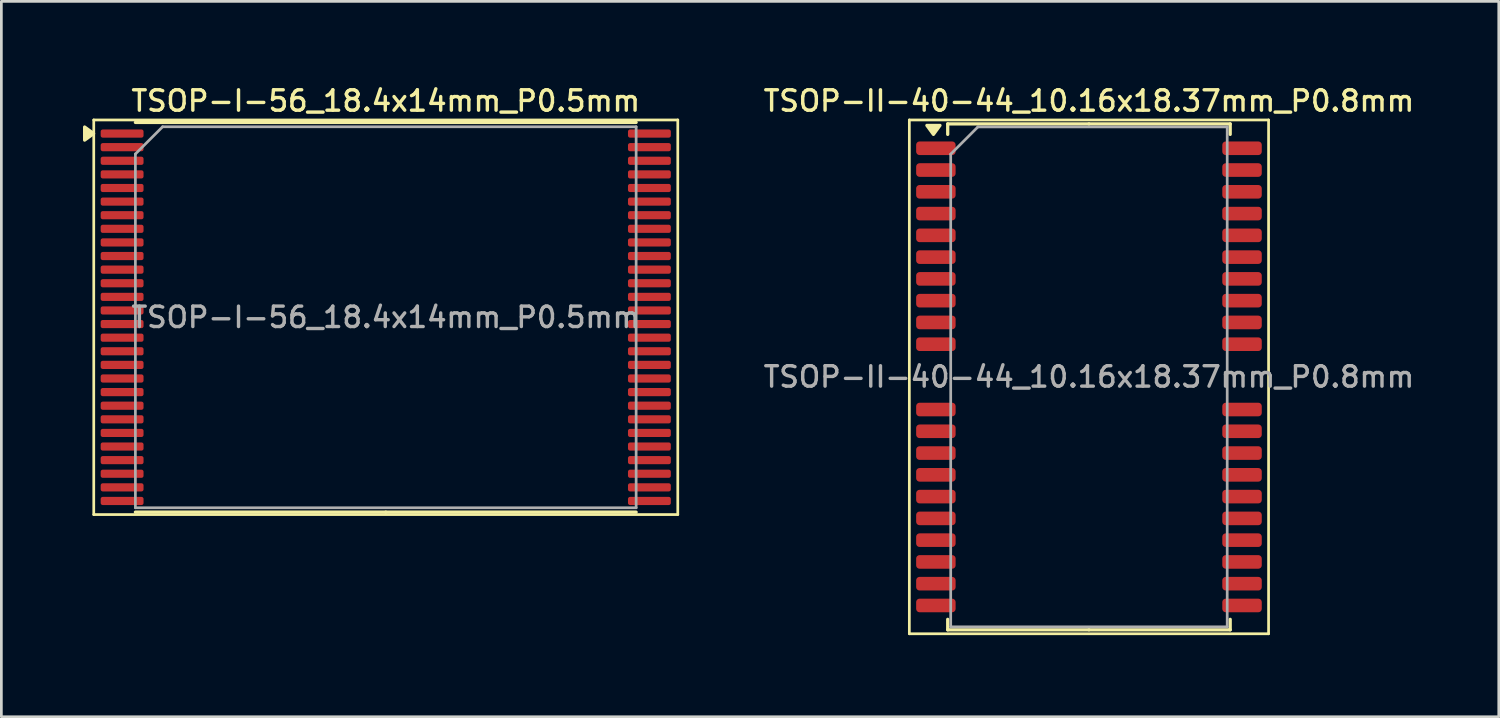
<source format=kicad_pcb>
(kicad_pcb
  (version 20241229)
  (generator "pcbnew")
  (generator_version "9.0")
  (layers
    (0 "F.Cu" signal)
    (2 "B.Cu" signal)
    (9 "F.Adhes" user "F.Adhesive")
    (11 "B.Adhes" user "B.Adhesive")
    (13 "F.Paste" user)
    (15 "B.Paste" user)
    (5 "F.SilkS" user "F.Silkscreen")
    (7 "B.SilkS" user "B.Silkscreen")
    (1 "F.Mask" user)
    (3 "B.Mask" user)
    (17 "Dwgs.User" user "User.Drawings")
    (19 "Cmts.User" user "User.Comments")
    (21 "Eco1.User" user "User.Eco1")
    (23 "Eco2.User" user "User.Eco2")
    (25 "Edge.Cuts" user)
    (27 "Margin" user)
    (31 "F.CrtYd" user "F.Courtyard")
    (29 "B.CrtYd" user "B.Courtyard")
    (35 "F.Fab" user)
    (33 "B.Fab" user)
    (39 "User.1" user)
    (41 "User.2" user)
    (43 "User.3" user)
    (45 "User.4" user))
  (footprint "TSOP-I-56_18.4x14mm_P0.5mm"
    (layer "F.Cu")
    (at 11.125 8.608)
    (property "Reference" "TSOP-I-56_18.4x14mm_P0.5mm" (at 0 -7.95 0) (layer "F.SilkS") (effects (font (size 0.75 0.75) (thickness 0.125))))
    (attr smd)
    (fp_line (start -10.73 -7.25) (end -10.73 7.25) (stroke (width 0.1) (type solid)) (layer "F.SilkS"))
    (fp_line (start -10.73 7.25) (end 10.73 7.25) (stroke (width 0.1) (type solid)) (layer "F.SilkS"))
    (fp_line (start 0 -7.16) (end -9.2 -7.16) (stroke (width 0.12) (type solid)) (layer "F.SilkS"))
    (fp_line (start 0 -7.16) (end 9.2 -7.16) (stroke (width 0.12) (type solid)) (layer "F.SilkS"))
    (fp_line (start 0 7.16) (end -9.2 7.16) (stroke (width 0.12) (type solid)) (layer "F.SilkS"))
    (fp_line (start 0 7.16) (end 9.2 7.16) (stroke (width 0.12) (type solid)) (layer "F.SilkS"))
    (fp_line (start 10.73 -7.25) (end -10.73 -7.25) (stroke (width 0.1) (type solid)) (layer "F.SilkS"))
    (fp_line (start 10.73 7.25) (end 10.73 -7.25) (stroke (width 0.1) (type solid)) (layer "F.SilkS"))
    (fp_poly (pts (xy -10.735 -6.75) (xy -11.065 -6.99) (xy -11.065 -6.51) (xy -10.735 -6.75)) (stroke (width 0.12) (type solid)) (fill yes) (layer "F.SilkS"))
    (fp_line (start -9.2 -6) (end -8.2 -7) (stroke (width 0.1) (type solid)) (layer "F.Fab"))
    (fp_line (start -9.2 7) (end -9.2 -6) (stroke (width 0.1) (type solid)) (layer "F.Fab"))
    (fp_line (start -8.2 -7) (end 9.2 -7) (stroke (width 0.1) (type solid)) (layer "F.Fab"))
    (fp_line (start 9.2 -7) (end 9.2 7) (stroke (width 0.1) (type solid)) (layer "F.Fab"))
    (fp_line (start 9.2 7) (end -9.2 7) (stroke (width 0.1) (type solid)) (layer "F.Fab"))
    (fp_text user "${REFERENCE}" (at 0 0 0) (layer "F.Fab") (effects (font (size 0.75 0.75) (thickness 0.125))))
    (pad "1" smd roundrect (at -9.688 -6.75) (size 1.575 0.3) (layers "F.Cu" "F.Mask" "F.Paste") (roundrect_rratio 0.25))
    (pad "2" smd roundrect (at -9.688 -6.25) (size 1.575 0.3) (layers "F.Cu" "F.Mask" "F.Paste") (roundrect_rratio 0.25))
    (pad "3" smd roundrect (at -9.688 -5.75) (size 1.575 0.3) (layers "F.Cu" "F.Mask" "F.Paste") (roundrect_rratio 0.25))
    (pad "4" smd roundrect (at -9.688 -5.25) (size 1.575 0.3) (layers "F.Cu" "F.Mask" "F.Paste") (roundrect_rratio 0.25))
    (pad "5" smd roundrect (at -9.688 -4.75) (size 1.575 0.3) (layers "F.Cu" "F.Mask" "F.Paste") (roundrect_rratio 0.25))
    (pad "6" smd roundrect (at -9.688 -4.25) (size 1.575 0.3) (layers "F.Cu" "F.Mask" "F.Paste") (roundrect_rratio 0.25))
    (pad "7" smd roundrect (at -9.688 -3.75) (size 1.575 0.3) (layers "F.Cu" "F.Mask" "F.Paste") (roundrect_rratio 0.25))
    (pad "8" smd roundrect (at -9.688 -3.25) (size 1.575 0.3) (layers "F.Cu" "F.Mask" "F.Paste") (roundrect_rratio 0.25))
    (pad "9" smd roundrect (at -9.688 -2.75) (size 1.575 0.3) (layers "F.Cu" "F.Mask" "F.Paste") (roundrect_rratio 0.25))
    (pad "10" smd roundrect (at -9.688 -2.25) (size 1.575 0.3) (layers "F.Cu" "F.Mask" "F.Paste") (roundrect_rratio 0.25))
    (pad "11" smd roundrect (at -9.688 -1.75) (size 1.575 0.3) (layers "F.Cu" "F.Mask" "F.Paste") (roundrect_rratio 0.25))
    (pad "12" smd roundrect (at -9.688 -1.25) (size 1.575 0.3) (layers "F.Cu" "F.Mask" "F.Paste") (roundrect_rratio 0.25))
    (pad "13" smd roundrect (at -9.688 -0.75) (size 1.575 0.3) (layers "F.Cu" "F.Mask" "F.Paste") (roundrect_rratio 0.25))
    (pad "14" smd roundrect (at -9.688 -0.25) (size 1.575 0.3) (layers "F.Cu" "F.Mask" "F.Paste") (roundrect_rratio 0.25))
    (pad "15" smd roundrect (at -9.688 0.25) (size 1.575 0.3) (layers "F.Cu" "F.Mask" "F.Paste") (roundrect_rratio 0.25))
    (pad "16" smd roundrect (at -9.688 0.75) (size 1.575 0.3) (layers "F.Cu" "F.Mask" "F.Paste") (roundrect_rratio 0.25))
    (pad "17" smd roundrect (at -9.688 1.25) (size 1.575 0.3) (layers "F.Cu" "F.Mask" "F.Paste") (roundrect_rratio 0.25))
    (pad "18" smd roundrect (at -9.688 1.75) (size 1.575 0.3) (layers "F.Cu" "F.Mask" "F.Paste") (roundrect_rratio 0.25))
    (pad "19" smd roundrect (at -9.688 2.25) (size 1.575 0.3) (layers "F.Cu" "F.Mask" "F.Paste") (roundrect_rratio 0.25))
    (pad "20" smd roundrect (at -9.688 2.75) (size 1.575 0.3) (layers "F.Cu" "F.Mask" "F.Paste") (roundrect_rratio 0.25))
    (pad "21" smd roundrect (at -9.688 3.25) (size 1.575 0.3) (layers "F.Cu" "F.Mask" "F.Paste") (roundrect_rratio 0.25))
    (pad "22" smd roundrect (at -9.688 3.75) (size 1.575 0.3) (layers "F.Cu" "F.Mask" "F.Paste") (roundrect_rratio 0.25))
    (pad "23" smd roundrect (at -9.688 4.25) (size 1.575 0.3) (layers "F.Cu" "F.Mask" "F.Paste") (roundrect_rratio 0.25))
    (pad "24" smd roundrect (at -9.688 4.75) (size 1.575 0.3) (layers "F.Cu" "F.Mask" "F.Paste") (roundrect_rratio 0.25))
    (pad "25" smd roundrect (at -9.688 5.25) (size 1.575 0.3) (layers "F.Cu" "F.Mask" "F.Paste") (roundrect_rratio 0.25))
    (pad "26" smd roundrect (at -9.688 5.75) (size 1.575 0.3) (layers "F.Cu" "F.Mask" "F.Paste") (roundrect_rratio 0.25))
    (pad "27" smd roundrect (at -9.688 6.25) (size 1.575 0.3) (layers "F.Cu" "F.Mask" "F.Paste") (roundrect_rratio 0.25))
    (pad "28" smd roundrect (at -9.688 6.75) (size 1.575 0.3) (layers "F.Cu" "F.Mask" "F.Paste") (roundrect_rratio 0.25))
    (pad "29" smd roundrect (at 9.688 6.75) (size 1.575 0.3) (layers "F.Cu" "F.Mask" "F.Paste") (roundrect_rratio 0.25))
    (pad "30" smd roundrect (at 9.688 6.25) (size 1.575 0.3) (layers "F.Cu" "F.Mask" "F.Paste") (roundrect_rratio 0.25))
    (pad "31" smd roundrect (at 9.688 5.75) (size 1.575 0.3) (layers "F.Cu" "F.Mask" "F.Paste") (roundrect_rratio 0.25))
    (pad "32" smd roundrect (at 9.688 5.25) (size 1.575 0.3) (layers "F.Cu" "F.Mask" "F.Paste") (roundrect_rratio 0.25))
    (pad "33" smd roundrect (at 9.688 4.75) (size 1.575 0.3) (layers "F.Cu" "F.Mask" "F.Paste") (roundrect_rratio 0.25))
    (pad "34" smd roundrect (at 9.688 4.25) (size 1.575 0.3) (layers "F.Cu" "F.Mask" "F.Paste") (roundrect_rratio 0.25))
    (pad "35" smd roundrect (at 9.688 3.75) (size 1.575 0.3) (layers "F.Cu" "F.Mask" "F.Paste") (roundrect_rratio 0.25))
    (pad "36" smd roundrect (at 9.688 3.25) (size 1.575 0.3) (layers "F.Cu" "F.Mask" "F.Paste") (roundrect_rratio 0.25))
    (pad "37" smd roundrect (at 9.688 2.75) (size 1.575 0.3) (layers "F.Cu" "F.Mask" "F.Paste") (roundrect_rratio 0.25))
    (pad "38" smd roundrect (at 9.688 2.25) (size 1.575 0.3) (layers "F.Cu" "F.Mask" "F.Paste") (roundrect_rratio 0.25))
    (pad "39" smd roundrect (at 9.688 1.75) (size 1.575 0.3) (layers "F.Cu" "F.Mask" "F.Paste") (roundrect_rratio 0.25))
    (pad "40" smd roundrect (at 9.688 1.25) (size 1.575 0.3) (layers "F.Cu" "F.Mask" "F.Paste") (roundrect_rratio 0.25))
    (pad "41" smd roundrect (at 9.688 0.75) (size 1.575 0.3) (layers "F.Cu" "F.Mask" "F.Paste") (roundrect_rratio 0.25))
    (pad "42" smd roundrect (at 9.688 0.25) (size 1.575 0.3) (layers "F.Cu" "F.Mask" "F.Paste") (roundrect_rratio 0.25))
    (pad "43" smd roundrect (at 9.688 -0.25) (size 1.575 0.3) (layers "F.Cu" "F.Mask" "F.Paste") (roundrect_rratio 0.25))
    (pad "44" smd roundrect (at 9.688 -0.75) (size 1.575 0.3) (layers "F.Cu" "F.Mask" "F.Paste") (roundrect_rratio 0.25))
    (pad "45" smd roundrect (at 9.688 -1.25) (size 1.575 0.3) (layers "F.Cu" "F.Mask" "F.Paste") (roundrect_rratio 0.25))
    (pad "46" smd roundrect (at 9.688 -1.75) (size 1.575 0.3) (layers "F.Cu" "F.Mask" "F.Paste") (roundrect_rratio 0.25))
    (pad "47" smd roundrect (at 9.688 -2.25) (size 1.575 0.3) (layers "F.Cu" "F.Mask" "F.Paste") (roundrect_rratio 0.25))
    (pad "48" smd roundrect (at 9.688 -2.75) (size 1.575 0.3) (layers "F.Cu" "F.Mask" "F.Paste") (roundrect_rratio 0.25))
    (pad "49" smd roundrect (at 9.688 -3.25) (size 1.575 0.3) (layers "F.Cu" "F.Mask" "F.Paste") (roundrect_rratio 0.25))
    (pad "50" smd roundrect (at 9.688 -3.75) (size 1.575 0.3) (layers "F.Cu" "F.Mask" "F.Paste") (roundrect_rratio 0.25))
    (pad "51" smd roundrect (at 9.688 -4.25) (size 1.575 0.3) (layers "F.Cu" "F.Mask" "F.Paste") (roundrect_rratio 0.25))
    (pad "52" smd roundrect (at 9.688 -4.75) (size 1.575 0.3) (layers "F.Cu" "F.Mask" "F.Paste") (roundrect_rratio 0.25))
    (pad "53" smd roundrect (at 9.688 -5.25) (size 1.575 0.3) (layers "F.Cu" "F.Mask" "F.Paste") (roundrect_rratio 0.25))
    (pad "54" smd roundrect (at 9.688 -5.75) (size 1.575 0.3) (layers "F.Cu" "F.Mask" "F.Paste") (roundrect_rratio 0.25))
    (pad "55" smd roundrect (at 9.688 -6.25) (size 1.575 0.3) (layers "F.Cu" "F.Mask" "F.Paste") (roundrect_rratio 0.25))
    (pad "56" smd roundrect (at 9.688 -6.75) (size 1.575 0.3) (layers "F.Cu" "F.Mask" "F.Paste") (roundrect_rratio 0.25)))
  (footprint "TSOP-II-40-44_10.16x18.37mm_P0.8mm"
    (layer "F.Cu")
    (at 36.964 10.798)
    (property "Reference" "TSOP-II-40-44_10.16x18.37mm_P0.8mm" (at 0 -10.14 0) (layer "F.SilkS") (effects (font (size 0.75 0.75) (thickness 0.125))))
    (attr smd)
    (fp_line (start -6.6 -9.44) (end -6.6 9.44) (stroke (width 0.1) (type solid)) (layer "F.SilkS"))
    (fp_line (start -6.6 9.44) (end 6.6 9.44) (stroke (width 0.1) (type solid)) (layer "F.SilkS"))
    (fp_line (start -5.19 -9.295) (end -5.19 -8.91) (stroke (width 0.12) (type solid)) (layer "F.SilkS"))
    (fp_line (start -5.19 9.295) (end -5.19 8.91) (stroke (width 0.12) (type solid)) (layer "F.SilkS"))
    (fp_line (start 0 -9.295) (end -5.19 -9.295) (stroke (width 0.12) (type solid)) (layer "F.SilkS"))
    (fp_line (start 0 -9.295) (end 5.19 -9.295) (stroke (width 0.12) (type solid)) (layer "F.SilkS"))
    (fp_line (start 0 9.295) (end -5.19 9.295) (stroke (width 0.12) (type solid)) (layer "F.SilkS"))
    (fp_line (start 0 9.295) (end 5.19 9.295) (stroke (width 0.12) (type solid)) (layer "F.SilkS"))
    (fp_line (start 5.19 -9.295) (end 5.19 -8.91) (stroke (width 0.12) (type solid)) (layer "F.SilkS"))
    (fp_line (start 5.19 9.295) (end 5.19 8.91) (stroke (width 0.12) (type solid)) (layer "F.SilkS"))
    (fp_line (start 6.6 -9.44) (end -6.6 -9.44) (stroke (width 0.1) (type solid)) (layer "F.SilkS"))
    (fp_line (start 6.6 9.44) (end 6.6 -9.44) (stroke (width 0.1) (type solid)) (layer "F.SilkS"))
    (fp_poly (pts (xy -5.715 -8.91) (xy -5.955 -9.24) (xy -5.475 -9.24) (xy -5.715 -8.91)) (stroke (width 0.12) (type solid)) (fill yes) (layer "F.SilkS"))
    (fp_line (start -5.08 -8.185) (end -4.08 -9.185) (stroke (width 0.1) (type solid)) (layer "F.Fab"))
    (fp_line (start -5.08 9.185) (end -5.08 -8.185) (stroke (width 0.1) (type solid)) (layer "F.Fab"))
    (fp_line (start -4.08 -9.185) (end 5.08 -9.185) (stroke (width 0.1) (type solid)) (layer "F.Fab"))
    (fp_line (start 5.08 -9.185) (end 5.08 9.185) (stroke (width 0.1) (type solid)) (layer "F.Fab"))
    (fp_line (start 5.08 9.185) (end -5.08 9.185) (stroke (width 0.1) (type solid)) (layer "F.Fab"))
    (fp_text user "${REFERENCE}" (at 0 0 0) (layer "F.Fab") (effects (font (size 0.75 0.75) (thickness 0.125))))
    (pad "1" smd roundrect (at -5.625 -8.4) (size 1.45 0.5) (layers "F.Cu" "F.Mask" "F.Paste") (roundrect_rratio 0.25))
    (pad "2" smd roundrect (at -5.625 -7.6) (size 1.45 0.5) (layers "F.Cu" "F.Mask" "F.Paste") (roundrect_rratio 0.25))
    (pad "3" smd roundrect (at -5.625 -6.8) (size 1.45 0.5) (layers "F.Cu" "F.Mask" "F.Paste") (roundrect_rratio 0.25))
    (pad "4" smd roundrect (at -5.625 -6) (size 1.45 0.5) (layers "F.Cu" "F.Mask" "F.Paste") (roundrect_rratio 0.25))
    (pad "5" smd roundrect (at -5.625 -5.2) (size 1.45 0.5) (layers "F.Cu" "F.Mask" "F.Paste") (roundrect_rratio 0.25))
    (pad "6" smd roundrect (at -5.625 -4.4) (size 1.45 0.5) (layers "F.Cu" "F.Mask" "F.Paste") (roundrect_rratio 0.25))
    (pad "7" smd roundrect (at -5.625 -3.6) (size 1.45 0.5) (layers "F.Cu" "F.Mask" "F.Paste") (roundrect_rratio 0.25))
    (pad "8" smd roundrect (at -5.625 -2.8) (size 1.45 0.5) (layers "F.Cu" "F.Mask" "F.Paste") (roundrect_rratio 0.25))
    (pad "9" smd roundrect (at -5.625 -2) (size 1.45 0.5) (layers "F.Cu" "F.Mask" "F.Paste") (roundrect_rratio 0.25))
    (pad "10" smd roundrect (at -5.625 -1.2) (size 1.45 0.5) (layers "F.Cu" "F.Mask" "F.Paste") (roundrect_rratio 0.25))
    (pad "13" smd roundrect (at -5.625 1.2) (size 1.45 0.5) (layers "F.Cu" "F.Mask" "F.Paste") (roundrect_rratio 0.25))
    (pad "14" smd roundrect (at -5.625 2) (size 1.45 0.5) (layers "F.Cu" "F.Mask" "F.Paste") (roundrect_rratio 0.25))
    (pad "15" smd roundrect (at -5.625 2.8) (size 1.45 0.5) (layers "F.Cu" "F.Mask" "F.Paste") (roundrect_rratio 0.25))
    (pad "16" smd roundrect (at -5.625 3.6) (size 1.45 0.5) (layers "F.Cu" "F.Mask" "F.Paste") (roundrect_rratio 0.25))
    (pad "17" smd roundrect (at -5.625 4.4) (size 1.45 0.5) (layers "F.Cu" "F.Mask" "F.Paste") (roundrect_rratio 0.25))
    (pad "18" smd roundrect (at -5.625 5.2) (size 1.45 0.5) (layers "F.Cu" "F.Mask" "F.Paste") (roundrect_rratio 0.25))
    (pad "19" smd roundrect (at -5.625 6) (size 1.45 0.5) (layers "F.Cu" "F.Mask" "F.Paste") (roundrect_rratio 0.25))
    (pad "20" smd roundrect (at -5.625 6.8) (size 1.45 0.5) (layers "F.Cu" "F.Mask" "F.Paste") (roundrect_rratio 0.25))
    (pad "21" smd roundrect (at -5.625 7.6) (size 1.45 0.5) (layers "F.Cu" "F.Mask" "F.Paste") (roundrect_rratio 0.25))
    (pad "22" smd roundrect (at -5.625 8.4) (size 1.45 0.5) (layers "F.Cu" "F.Mask" "F.Paste") (roundrect_rratio 0.25))
    (pad "23" smd roundrect (at 5.625 8.4) (size 1.45 0.5) (layers "F.Cu" "F.Mask" "F.Paste") (roundrect_rratio 0.25))
    (pad "24" smd roundrect (at 5.625 7.6) (size 1.45 0.5) (layers "F.Cu" "F.Mask" "F.Paste") (roundrect_rratio 0.25))
    (pad "25" smd roundrect (at 5.625 6.8) (size 1.45 0.5) (layers "F.Cu" "F.Mask" "F.Paste") (roundrect_rratio 0.25))
    (pad "26" smd roundrect (at 5.625 6) (size 1.45 0.5) (layers "F.Cu" "F.Mask" "F.Paste") (roundrect_rratio 0.25))
    (pad "27" smd roundrect (at 5.625 5.2) (size 1.45 0.5) (layers "F.Cu" "F.Mask" "F.Paste") (roundrect_rratio 0.25))
    (pad "28" smd roundrect (at 5.625 4.4) (size 1.45 0.5) (layers "F.Cu" "F.Mask" "F.Paste") (roundrect_rratio 0.25))
    (pad "29" smd roundrect (at 5.625 3.6) (size 1.45 0.5) (layers "F.Cu" "F.Mask" "F.Paste") (roundrect_rratio 0.25))
    (pad "30" smd roundrect (at 5.625 2.8) (size 1.45 0.5) (layers "F.Cu" "F.Mask" "F.Paste") (roundrect_rratio 0.25))
    (pad "31" smd roundrect (at 5.625 2) (size 1.45 0.5) (layers "F.Cu" "F.Mask" "F.Paste") (roundrect_rratio 0.25))
    (pad "32" smd roundrect (at 5.625 1.2) (size 1.45 0.5) (layers "F.Cu" "F.Mask" "F.Paste") (roundrect_rratio 0.25))
    (pad "35" smd roundrect (at 5.625 -1.2) (size 1.45 0.5) (layers "F.Cu" "F.Mask" "F.Paste") (roundrect_rratio 0.25))
    (pad "36" smd roundrect (at 5.625 -2) (size 1.45 0.5) (layers "F.Cu" "F.Mask" "F.Paste") (roundrect_rratio 0.25))
    (pad "37" smd roundrect (at 5.625 -2.8) (size 1.45 0.5) (layers "F.Cu" "F.Mask" "F.Paste") (roundrect_rratio 0.25))
    (pad "38" smd roundrect (at 5.625 -3.6) (size 1.45 0.5) (layers "F.Cu" "F.Mask" "F.Paste") (roundrect_rratio 0.25))
    (pad "39" smd roundrect (at 5.625 -4.4) (size 1.45 0.5) (layers "F.Cu" "F.Mask" "F.Paste") (roundrect_rratio 0.25))
    (pad "40" smd roundrect (at 5.625 -5.2) (size 1.45 0.5) (layers "F.Cu" "F.Mask" "F.Paste") (roundrect_rratio 0.25))
    (pad "41" smd roundrect (at 5.625 -6) (size 1.45 0.5) (layers "F.Cu" "F.Mask" "F.Paste") (roundrect_rratio 0.25))
    (pad "42" smd roundrect (at 5.625 -6.8) (size 1.45 0.5) (layers "F.Cu" "F.Mask" "F.Paste") (roundrect_rratio 0.25))
    (pad "43" smd roundrect (at 5.625 -7.6) (size 1.45 0.5) (layers "F.Cu" "F.Mask" "F.Paste") (roundrect_rratio 0.25))
    (pad "44" smd roundrect (at 5.625 -8.4) (size 1.45 0.5) (layers "F.Cu" "F.Mask" "F.Paste") (roundrect_rratio 0.25)))
  (gr_rect
    (start -3 -3)
    (end 52.023 23.288)
    (stroke (width 0.1) (type default))
    (fill no)
    (layer "Edge.Cuts")))
</source>
